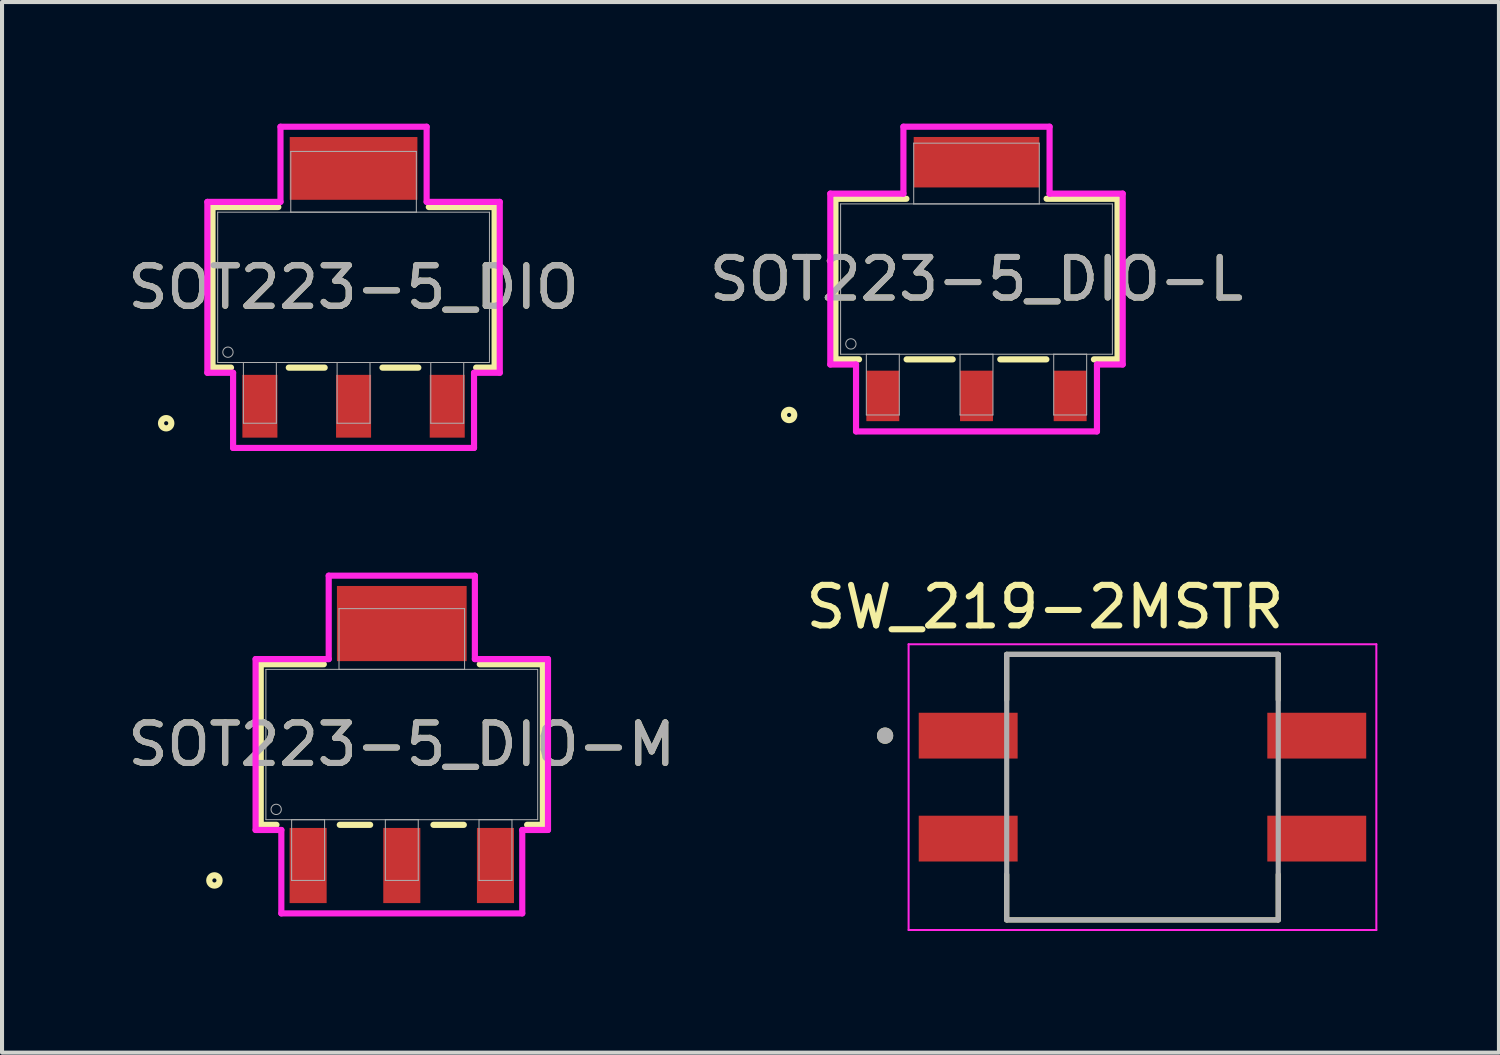
<source format=kicad_pcb>
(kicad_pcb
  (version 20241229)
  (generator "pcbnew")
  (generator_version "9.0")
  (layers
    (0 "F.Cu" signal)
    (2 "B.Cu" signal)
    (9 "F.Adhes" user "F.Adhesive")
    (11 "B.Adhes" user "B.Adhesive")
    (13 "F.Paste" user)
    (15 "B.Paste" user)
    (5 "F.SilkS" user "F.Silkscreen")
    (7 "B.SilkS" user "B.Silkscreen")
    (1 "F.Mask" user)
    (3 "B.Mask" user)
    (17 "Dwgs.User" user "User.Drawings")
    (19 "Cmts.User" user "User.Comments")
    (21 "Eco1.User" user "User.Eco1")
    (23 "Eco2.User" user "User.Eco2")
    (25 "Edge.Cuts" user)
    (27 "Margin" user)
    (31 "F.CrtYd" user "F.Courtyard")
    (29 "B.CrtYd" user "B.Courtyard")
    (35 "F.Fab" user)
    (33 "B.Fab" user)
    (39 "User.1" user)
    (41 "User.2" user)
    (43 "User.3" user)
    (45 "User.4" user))
  (footprint "SOT223-5_DIO-M"
    (layer "F.Cu")
    (at 6.863 15.319)
    (property "Reference" "SOT223-5_DIO-M" (at 0 0 0) (unlocked yes) (layer "F.SilkS") (effects (font (size 1 1) (thickness 0.15))))
    (attr smd)
    (fp_line (start -3.48 -1.981) (end -3.48 1.981) (stroke (width 0.152) (type solid)) (layer "F.SilkS"))
    (fp_line (start -3.48 1.981) (end -3.092 1.981) (stroke (width 0.152) (type solid)) (layer "F.SilkS"))
    (fp_line (start -1.924 -1.981) (end -3.48 -1.981) (stroke (width 0.152) (type solid)) (layer "F.SilkS"))
    (fp_line (start -1.53 1.981) (end -0.781 1.981) (stroke (width 0.152) (type solid)) (layer "F.SilkS"))
    (fp_line (start 0.781 1.981) (end 1.53 1.981) (stroke (width 0.152) (type solid)) (layer "F.SilkS"))
    (fp_line (start 3.092 1.981) (end 3.48 1.981) (stroke (width 0.152) (type solid)) (layer "F.SilkS"))
    (fp_line (start 3.48 -1.981) (end 1.924 -1.981) (stroke (width 0.152) (type solid)) (layer "F.SilkS"))
    (fp_line (start 3.48 1.981) (end 3.48 -1.981) (stroke (width 0.152) (type solid)) (layer "F.SilkS"))
    (fp_circle (center -4.623 3.353) (end -4.496 3.353) (stroke (width 0.152) (type solid)) (fill no) (layer "F.SilkS"))
    (fp_line (start -3.607 -2.108) (end -1.803 -2.108) (stroke (width 0.152) (type solid)) (layer "F.CrtYd"))
    (fp_line (start -3.607 2.108) (end -3.607 -2.108) (stroke (width 0.152) (type solid)) (layer "F.CrtYd"))
    (fp_line (start -2.972 2.108) (end -3.607 2.108) (stroke (width 0.152) (type solid)) (layer "F.CrtYd"))
    (fp_line (start -2.972 4.166) (end -2.972 2.108) (stroke (width 0.152) (type solid)) (layer "F.CrtYd"))
    (fp_line (start -1.803 -4.166) (end 1.803 -4.166) (stroke (width 0.152) (type solid)) (layer "F.CrtYd"))
    (fp_line (start -1.803 -2.108) (end -1.803 -4.166) (stroke (width 0.152) (type solid)) (layer "F.CrtYd"))
    (fp_line (start 1.803 -4.166) (end 1.803 -2.108) (stroke (width 0.152) (type solid)) (layer "F.CrtYd"))
    (fp_line (start 1.803 -2.108) (end 3.607 -2.108) (stroke (width 0.152) (type solid)) (layer "F.CrtYd"))
    (fp_line (start 2.972 2.108) (end 2.972 4.166) (stroke (width 0.152) (type solid)) (layer "F.CrtYd"))
    (fp_line (start 2.972 4.166) (end -2.972 4.166) (stroke (width 0.152) (type solid)) (layer "F.CrtYd"))
    (fp_line (start 3.607 -2.108) (end 3.607 2.108) (stroke (width 0.152) (type solid)) (layer "F.CrtYd"))
    (fp_line (start 3.607 2.108) (end 2.972 2.108) (stroke (width 0.152) (type solid)) (layer "F.CrtYd"))
    (fp_line (start -3.353 -1.854) (end -3.353 1.854) (stroke (width 0.025) (type solid)) (layer "F.Fab"))
    (fp_line (start -3.353 1.854) (end 3.353 1.854) (stroke (width 0.025) (type solid)) (layer "F.Fab"))
    (fp_line (start -2.718 1.854) (end -2.718 3.353) (stroke (width 0.025) (type solid)) (layer "F.Fab"))
    (fp_line (start -2.718 3.353) (end -1.905 3.353) (stroke (width 0.025) (type solid)) (layer "F.Fab"))
    (fp_line (start -1.905 1.854) (end -2.718 1.854) (stroke (width 0.025) (type solid)) (layer "F.Fab"))
    (fp_line (start -1.905 3.353) (end -1.905 1.854) (stroke (width 0.025) (type solid)) (layer "F.Fab"))
    (fp_line (start -1.549 -3.353) (end -1.549 -1.854) (stroke (width 0.025) (type solid)) (layer "F.Fab"))
    (fp_line (start -1.549 -1.854) (end 1.549 -1.854) (stroke (width 0.025) (type solid)) (layer "F.Fab"))
    (fp_line (start -0.406 1.854) (end -0.406 3.353) (stroke (width 0.025) (type solid)) (layer "F.Fab"))
    (fp_line (start -0.406 3.353) (end 0.406 3.353) (stroke (width 0.025) (type solid)) (layer "F.Fab"))
    (fp_line (start 0.406 1.854) (end -0.406 1.854) (stroke (width 0.025) (type solid)) (layer "F.Fab"))
    (fp_line (start 0.406 3.353) (end 0.406 1.854) (stroke (width 0.025) (type solid)) (layer "F.Fab"))
    (fp_line (start 1.549 -3.353) (end -1.549 -3.353) (stroke (width 0.025) (type solid)) (layer "F.Fab"))
    (fp_line (start 1.549 -1.854) (end 1.549 -3.353) (stroke (width 0.025) (type solid)) (layer "F.Fab"))
    (fp_line (start 1.905 1.854) (end 1.905 3.353) (stroke (width 0.025) (type solid)) (layer "F.Fab"))
    (fp_line (start 1.905 3.353) (end 2.718 3.353) (stroke (width 0.025) (type solid)) (layer "F.Fab"))
    (fp_line (start 2.718 1.854) (end 1.905 1.854) (stroke (width 0.025) (type solid)) (layer "F.Fab"))
    (fp_line (start 2.718 3.353) (end 2.718 1.854) (stroke (width 0.025) (type solid)) (layer "F.Fab"))
    (fp_line (start 3.353 -1.854) (end -3.353 -1.854) (stroke (width 0.025) (type solid)) (layer "F.Fab"))
    (fp_line (start 3.353 1.854) (end 3.353 -1.854) (stroke (width 0.025) (type solid)) (layer "F.Fab"))
    (fp_circle (center -3.099 1.6) (end -2.972 1.6) (stroke (width 0.025) (type solid)) (fill no) (layer "F.Fab"))
    (fp_text user "${REFERENCE}" (at 0 0 0) (unlocked yes) (layer "F.Fab") (effects (font (size 1 1) (thickness 0.15))))
    (pad "1" smd rect (at -2.311 2.985) (size 0.914 1.854) (layers "F.Cu" "F.Mask" "F.Paste"))
    (pad "2" smd rect (at 0 2.985) (size 0.914 1.854) (layers "F.Cu" "F.Mask" "F.Paste"))
    (pad "3" smd rect (at 2.311 2.985) (size 0.914 1.854) (layers "F.Cu" "F.Mask" "F.Paste"))
    (pad "4" smd rect (at 0 -2.985) (size 3.2 1.854) (layers "F.Cu" "F.Mask" "F.Paste")))
  (footprint "SOT223-5_DIO"
    (layer "F.Cu")
    (at 5.673 4.039)
    (property "Reference" "SOT223-5_DIO" (at 0 0 0) (unlocked yes) (layer "F.SilkS") (effects (font (size 1 1) (thickness 0.15))))
    (attr smd)
    (fp_line (start -3.48 -1.981) (end -3.48 1.981) (stroke (width 0.152) (type solid)) (layer "F.SilkS"))
    (fp_line (start -3.48 1.981) (end -3.024 1.981) (stroke (width 0.152) (type solid)) (layer "F.SilkS"))
    (fp_line (start -1.856 -1.981) (end -3.48 -1.981) (stroke (width 0.152) (type solid)) (layer "F.SilkS"))
    (fp_line (start -1.598 1.981) (end -0.713 1.981) (stroke (width 0.152) (type solid)) (layer "F.SilkS"))
    (fp_line (start 0.713 1.981) (end 1.598 1.981) (stroke (width 0.152) (type solid)) (layer "F.SilkS"))
    (fp_line (start 3.024 1.981) (end 3.48 1.981) (stroke (width 0.152) (type solid)) (layer "F.SilkS"))
    (fp_line (start 3.48 -1.981) (end 1.856 -1.981) (stroke (width 0.152) (type solid)) (layer "F.SilkS"))
    (fp_line (start 3.48 1.981) (end 3.48 -1.981) (stroke (width 0.152) (type solid)) (layer "F.SilkS"))
    (fp_circle (center -4.623 3.353) (end -4.496 3.353) (stroke (width 0.152) (type solid)) (fill no) (layer "F.SilkS"))
    (fp_line (start -3.607 -2.108) (end -1.803 -2.108) (stroke (width 0.152) (type solid)) (layer "F.CrtYd"))
    (fp_line (start -3.607 2.108) (end -3.607 -2.108) (stroke (width 0.152) (type solid)) (layer "F.CrtYd"))
    (fp_line (start -2.972 2.108) (end -3.607 2.108) (stroke (width 0.152) (type solid)) (layer "F.CrtYd"))
    (fp_line (start -2.972 3.962) (end -2.972 2.108) (stroke (width 0.152) (type solid)) (layer "F.CrtYd"))
    (fp_line (start -1.803 -3.962) (end 1.803 -3.962) (stroke (width 0.152) (type solid)) (layer "F.CrtYd"))
    (fp_line (start -1.803 -2.108) (end -1.803 -3.962) (stroke (width 0.152) (type solid)) (layer "F.CrtYd"))
    (fp_line (start 1.803 -3.962) (end 1.803 -2.108) (stroke (width 0.152) (type solid)) (layer "F.CrtYd"))
    (fp_line (start 1.803 -2.108) (end 3.607 -2.108) (stroke (width 0.152) (type solid)) (layer "F.CrtYd"))
    (fp_line (start 2.972 2.108) (end 2.972 3.962) (stroke (width 0.152) (type solid)) (layer "F.CrtYd"))
    (fp_line (start 2.972 3.962) (end -2.972 3.962) (stroke (width 0.152) (type solid)) (layer "F.CrtYd"))
    (fp_line (start 3.607 -2.108) (end 3.607 2.108) (stroke (width 0.152) (type solid)) (layer "F.CrtYd"))
    (fp_line (start 3.607 2.108) (end 2.972 2.108) (stroke (width 0.152) (type solid)) (layer "F.CrtYd"))
    (fp_line (start -3.353 -1.854) (end -3.353 1.854) (stroke (width 0.025) (type solid)) (layer "F.Fab"))
    (fp_line (start -3.353 1.854) (end 3.353 1.854) (stroke (width 0.025) (type solid)) (layer "F.Fab"))
    (fp_line (start -2.718 1.854) (end -2.718 3.353) (stroke (width 0.025) (type solid)) (layer "F.Fab"))
    (fp_line (start -2.718 3.353) (end -1.905 3.353) (stroke (width 0.025) (type solid)) (layer "F.Fab"))
    (fp_line (start -1.905 1.854) (end -2.718 1.854) (stroke (width 0.025) (type solid)) (layer "F.Fab"))
    (fp_line (start -1.905 3.353) (end -1.905 1.854) (stroke (width 0.025) (type solid)) (layer "F.Fab"))
    (fp_line (start -1.549 -3.353) (end -1.549 -1.854) (stroke (width 0.025) (type solid)) (layer "F.Fab"))
    (fp_line (start -1.549 -1.854) (end 1.549 -1.854) (stroke (width 0.025) (type solid)) (layer "F.Fab"))
    (fp_line (start -0.406 1.854) (end -0.406 3.353) (stroke (width 0.025) (type solid)) (layer "F.Fab"))
    (fp_line (start -0.406 3.353) (end 0.406 3.353) (stroke (width 0.025) (type solid)) (layer "F.Fab"))
    (fp_line (start 0.406 1.854) (end -0.406 1.854) (stroke (width 0.025) (type solid)) (layer "F.Fab"))
    (fp_line (start 0.406 3.353) (end 0.406 1.854) (stroke (width 0.025) (type solid)) (layer "F.Fab"))
    (fp_line (start 1.549 -3.353) (end -1.549 -3.353) (stroke (width 0.025) (type solid)) (layer "F.Fab"))
    (fp_line (start 1.549 -1.854) (end 1.549 -3.353) (stroke (width 0.025) (type solid)) (layer "F.Fab"))
    (fp_line (start 1.905 1.854) (end 1.905 3.353) (stroke (width 0.025) (type solid)) (layer "F.Fab"))
    (fp_line (start 1.905 3.353) (end 2.718 3.353) (stroke (width 0.025) (type solid)) (layer "F.Fab"))
    (fp_line (start 2.718 1.854) (end 1.905 1.854) (stroke (width 0.025) (type solid)) (layer "F.Fab"))
    (fp_line (start 2.718 3.353) (end 2.718 1.854) (stroke (width 0.025) (type solid)) (layer "F.Fab"))
    (fp_line (start 3.353 -1.854) (end -3.353 -1.854) (stroke (width 0.025) (type solid)) (layer "F.Fab"))
    (fp_line (start 3.353 1.854) (end 3.353 -1.854) (stroke (width 0.025) (type solid)) (layer "F.Fab"))
    (fp_circle (center -3.099 1.6) (end -2.972 1.6) (stroke (width 0.025) (type solid)) (fill no) (layer "F.Fab"))
    (fp_text user "${REFERENCE}" (at 0 0 0) (unlocked yes) (layer "F.Fab") (effects (font (size 1 1) (thickness 0.15))))
    (pad "1" smd rect (at -2.311 2.934) (size 0.864 1.549) (layers "F.Cu" "F.Mask" "F.Paste"))
    (pad "2" smd rect (at 0 2.934) (size 0.864 1.549) (layers "F.Cu" "F.Mask" "F.Paste"))
    (pad "3" smd rect (at 2.311 2.934) (size 0.864 1.549) (layers "F.Cu" "F.Mask" "F.Paste"))
    (pad "4" smd rect (at 0 -2.934) (size 3.15 1.549) (layers "F.Cu" "F.Mask" "F.Paste")))
  (footprint "SW_219-2MSTR"
    (layer "F.Cu")
    (at 25.137 16.37)
    (property "Reference" "SW_219-2MSTR" (at -2.405 -4.445 0) (layer "F.SilkS") (effects (font (size 1 1) (thickness 0.15))))
    (attr smd)
    (fp_line (start -3.35 -3.275) (end -3.35 -2.155) (stroke (width 0.127) (type solid)) (layer "F.SilkS"))
    (fp_line (start -3.35 2.155) (end -3.35 3.275) (stroke (width 0.127) (type solid)) (layer "F.SilkS"))
    (fp_line (start -3.35 3.275) (end 3.35 3.275) (stroke (width 0.127) (type solid)) (layer "F.SilkS"))
    (fp_line (start 3.35 -3.275) (end -3.35 -3.275) (stroke (width 0.127) (type solid)) (layer "F.SilkS"))
    (fp_line (start 3.35 -3.275) (end 3.35 -2.155) (stroke (width 0.127) (type solid)) (layer "F.SilkS"))
    (fp_line (start 3.35 2.155) (end 3.35 3.275) (stroke (width 0.127) (type solid)) (layer "F.SilkS"))
    (fp_circle (center -6.35 -1.27) (end -6.25 -1.27) (stroke (width 0.2) (type solid)) (fill no) (layer "F.SilkS"))
    (fp_line (start -5.77 -3.525) (end 5.77 -3.525) (stroke (width 0.05) (type solid)) (layer "F.CrtYd"))
    (fp_line (start -5.77 3.525) (end -5.77 -3.525) (stroke (width 0.05) (type solid)) (layer "F.CrtYd"))
    (fp_line (start 5.77 -3.525) (end 5.77 3.525) (stroke (width 0.05) (type solid)) (layer "F.CrtYd"))
    (fp_line (start 5.77 3.525) (end -5.77 3.525) (stroke (width 0.05) (type solid)) (layer "F.CrtYd"))
    (fp_line (start -3.35 -3.275) (end -3.35 3.275) (stroke (width 0.127) (type solid)) (layer "F.Fab"))
    (fp_line (start -3.35 3.275) (end 3.35 3.275) (stroke (width 0.127) (type solid)) (layer "F.Fab"))
    (fp_line (start 3.35 -3.275) (end -3.35 -3.275) (stroke (width 0.127) (type solid)) (layer "F.Fab"))
    (fp_line (start 3.35 3.275) (end 3.35 -3.275) (stroke (width 0.127) (type solid)) (layer "F.Fab"))
    (fp_circle (center -6.35 -1.27) (end -6.25 -1.27) (stroke (width 0.2) (type solid)) (fill no) (layer "F.Fab"))
    (pad "1A" smd rect (at -4.3 -1.27) (size 2.44 1.13) (layers "F.Cu" "F.Mask" "F.Paste"))
    (pad "1B" smd rect (at 4.3 -1.27) (size 2.44 1.13) (layers "F.Cu" "F.Mask" "F.Paste"))
    (pad "2A" smd rect (at -4.3 1.27) (size 2.44 1.13) (layers "F.Cu" "F.Mask" "F.Paste"))
    (pad "2B" smd rect (at 4.3 1.27) (size 2.44 1.13) (layers "F.Cu" "F.Mask" "F.Paste")))
  (footprint "SOT223-5_DIO-L"
    (layer "F.Cu")
    (at 21.042 3.835)
    (property "Reference" "SOT223-5_DIO-L" (at 0 0 0) (unlocked yes) (layer "F.SilkS") (effects (font (size 1 1) (thickness 0.15))))
    (attr smd)
    (fp_line (start -3.48 -1.981) (end -3.48 1.981) (stroke (width 0.152) (type solid)) (layer "F.SilkS"))
    (fp_line (start -3.48 1.981) (end -2.898 1.981) (stroke (width 0.152) (type solid)) (layer "F.SilkS"))
    (fp_line (start -1.73 -1.981) (end -3.48 -1.981) (stroke (width 0.152) (type solid)) (layer "F.SilkS"))
    (fp_line (start -1.724 1.981) (end -0.587 1.981) (stroke (width 0.152) (type solid)) (layer "F.SilkS"))
    (fp_line (start 0.587 1.981) (end 1.724 1.981) (stroke (width 0.152) (type solid)) (layer "F.SilkS"))
    (fp_line (start 2.898 1.981) (end 3.48 1.981) (stroke (width 0.152) (type solid)) (layer "F.SilkS"))
    (fp_line (start 3.48 -1.981) (end 1.73 -1.981) (stroke (width 0.152) (type solid)) (layer "F.SilkS"))
    (fp_line (start 3.48 1.981) (end 3.48 -1.981) (stroke (width 0.152) (type solid)) (layer "F.SilkS"))
    (fp_circle (center -4.623 3.353) (end -4.496 3.353) (stroke (width 0.152) (type solid)) (fill no) (layer "F.SilkS"))
    (fp_line (start -3.607 -2.108) (end -1.803 -2.108) (stroke (width 0.152) (type solid)) (layer "F.CrtYd"))
    (fp_line (start -3.607 2.108) (end -3.607 -2.108) (stroke (width 0.152) (type solid)) (layer "F.CrtYd"))
    (fp_line (start -2.972 2.108) (end -3.607 2.108) (stroke (width 0.152) (type solid)) (layer "F.CrtYd"))
    (fp_line (start -2.972 3.759) (end -2.972 2.108) (stroke (width 0.152) (type solid)) (layer "F.CrtYd"))
    (fp_line (start -1.803 -3.759) (end 1.803 -3.759) (stroke (width 0.152) (type solid)) (layer "F.CrtYd"))
    (fp_line (start -1.803 -2.108) (end -1.803 -3.759) (stroke (width 0.152) (type solid)) (layer "F.CrtYd"))
    (fp_line (start 1.803 -3.759) (end 1.803 -2.108) (stroke (width 0.152) (type solid)) (layer "F.CrtYd"))
    (fp_line (start 1.803 -2.108) (end 3.607 -2.108) (stroke (width 0.152) (type solid)) (layer "F.CrtYd"))
    (fp_line (start 2.972 2.108) (end 2.972 3.759) (stroke (width 0.152) (type solid)) (layer "F.CrtYd"))
    (fp_line (start 2.972 3.759) (end -2.972 3.759) (stroke (width 0.152) (type solid)) (layer "F.CrtYd"))
    (fp_line (start 3.607 -2.108) (end 3.607 2.108) (stroke (width 0.152) (type solid)) (layer "F.CrtYd"))
    (fp_line (start 3.607 2.108) (end 2.972 2.108) (stroke (width 0.152) (type solid)) (layer "F.CrtYd"))
    (fp_line (start -3.353 -1.854) (end -3.353 1.854) (stroke (width 0.025) (type solid)) (layer "F.Fab"))
    (fp_line (start -3.353 1.854) (end 3.353 1.854) (stroke (width 0.025) (type solid)) (layer "F.Fab"))
    (fp_line (start -2.718 1.854) (end -2.718 3.353) (stroke (width 0.025) (type solid)) (layer "F.Fab"))
    (fp_line (start -2.718 3.353) (end -1.905 3.353) (stroke (width 0.025) (type solid)) (layer "F.Fab"))
    (fp_line (start -1.905 1.854) (end -2.718 1.854) (stroke (width 0.025) (type solid)) (layer "F.Fab"))
    (fp_line (start -1.905 3.353) (end -1.905 1.854) (stroke (width 0.025) (type solid)) (layer "F.Fab"))
    (fp_line (start -1.549 -3.353) (end -1.549 -1.854) (stroke (width 0.025) (type solid)) (layer "F.Fab"))
    (fp_line (start -1.549 -1.854) (end 1.549 -1.854) (stroke (width 0.025) (type solid)) (layer "F.Fab"))
    (fp_line (start -0.406 1.854) (end -0.406 3.353) (stroke (width 0.025) (type solid)) (layer "F.Fab"))
    (fp_line (start -0.406 3.353) (end 0.406 3.353) (stroke (width 0.025) (type solid)) (layer "F.Fab"))
    (fp_line (start 0.406 1.854) (end -0.406 1.854) (stroke (width 0.025) (type solid)) (layer "F.Fab"))
    (fp_line (start 0.406 3.353) (end 0.406 1.854) (stroke (width 0.025) (type solid)) (layer "F.Fab"))
    (fp_line (start 1.549 -3.353) (end -1.549 -3.353) (stroke (width 0.025) (type solid)) (layer "F.Fab"))
    (fp_line (start 1.549 -1.854) (end 1.549 -3.353) (stroke (width 0.025) (type solid)) (layer "F.Fab"))
    (fp_line (start 1.905 1.854) (end 1.905 3.353) (stroke (width 0.025) (type solid)) (layer "F.Fab"))
    (fp_line (start 1.905 3.353) (end 2.718 3.353) (stroke (width 0.025) (type solid)) (layer "F.Fab"))
    (fp_line (start 2.718 1.854) (end 1.905 1.854) (stroke (width 0.025) (type solid)) (layer "F.Fab"))
    (fp_line (start 2.718 3.353) (end 2.718 1.854) (stroke (width 0.025) (type solid)) (layer "F.Fab"))
    (fp_line (start 3.353 -1.854) (end -3.353 -1.854) (stroke (width 0.025) (type solid)) (layer "F.Fab"))
    (fp_line (start 3.353 1.854) (end 3.353 -1.854) (stroke (width 0.025) (type solid)) (layer "F.Fab"))
    (fp_circle (center -3.099 1.6) (end -2.972 1.6) (stroke (width 0.025) (type solid)) (fill no) (layer "F.Fab"))
    (fp_text user "${REFERENCE}" (at 0 0 0) (unlocked yes) (layer "F.Fab") (effects (font (size 1 1) (thickness 0.15))))
    (pad "1" smd rect (at -2.311 2.883) (size 0.813 1.245) (layers "F.Cu" "F.Mask" "F.Paste"))
    (pad "2" smd rect (at 0 2.883) (size 0.813 1.245) (layers "F.Cu" "F.Mask" "F.Paste"))
    (pad "3" smd rect (at 2.311 2.883) (size 0.813 1.245) (layers "F.Cu" "F.Mask" "F.Paste"))
    (pad "4" smd rect (at 0 -2.883) (size 3.099 1.245) (layers "F.Cu" "F.Mask" "F.Paste")))
  (gr_rect
    (start -3 -3)
    (end 33.932 22.92)
    (stroke (width 0.1) (type default))
    (fill no)
    (layer "Edge.Cuts")))
</source>
